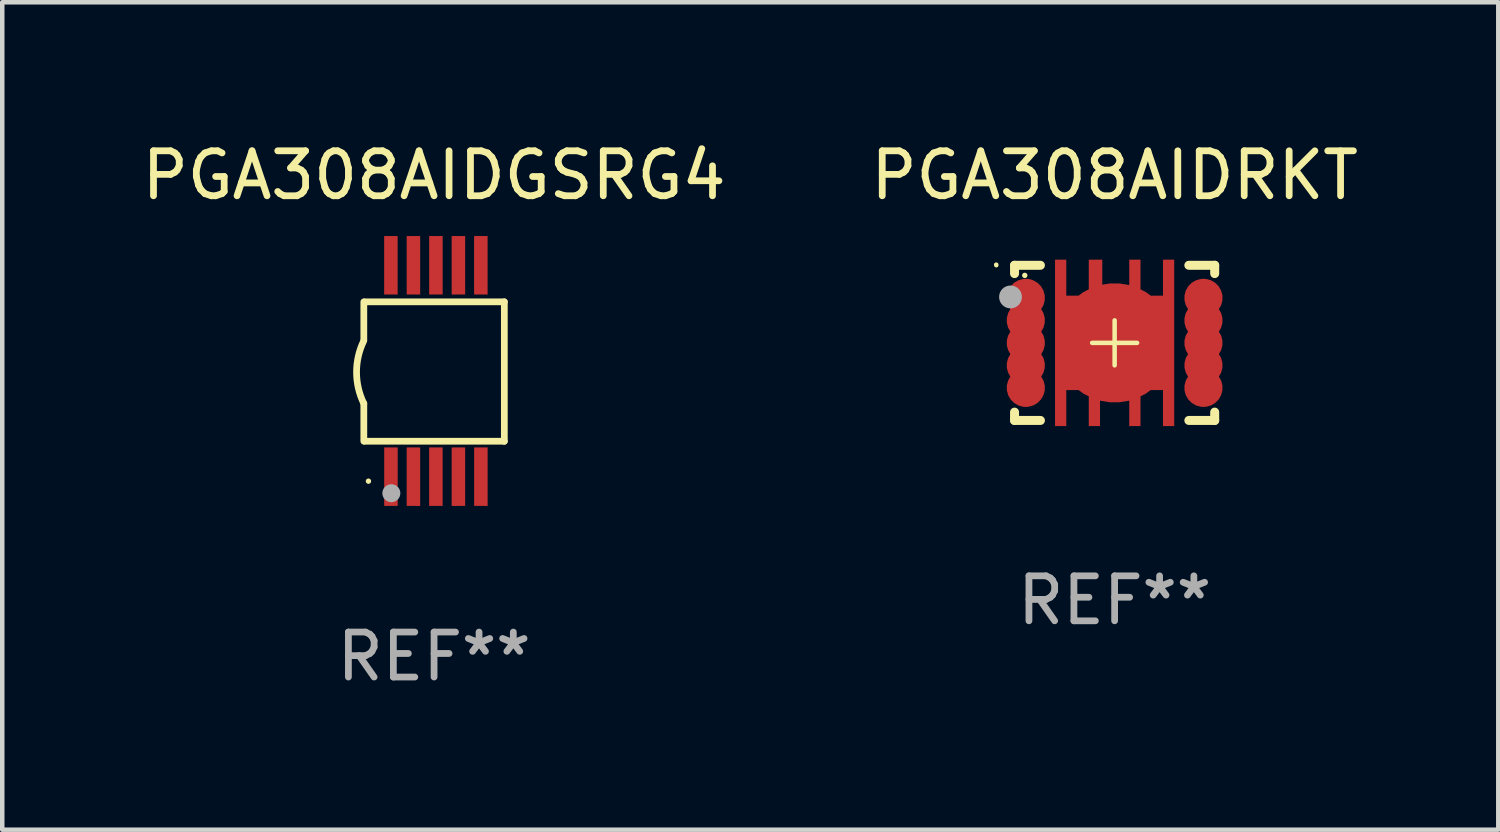
<source format=kicad_pcb>
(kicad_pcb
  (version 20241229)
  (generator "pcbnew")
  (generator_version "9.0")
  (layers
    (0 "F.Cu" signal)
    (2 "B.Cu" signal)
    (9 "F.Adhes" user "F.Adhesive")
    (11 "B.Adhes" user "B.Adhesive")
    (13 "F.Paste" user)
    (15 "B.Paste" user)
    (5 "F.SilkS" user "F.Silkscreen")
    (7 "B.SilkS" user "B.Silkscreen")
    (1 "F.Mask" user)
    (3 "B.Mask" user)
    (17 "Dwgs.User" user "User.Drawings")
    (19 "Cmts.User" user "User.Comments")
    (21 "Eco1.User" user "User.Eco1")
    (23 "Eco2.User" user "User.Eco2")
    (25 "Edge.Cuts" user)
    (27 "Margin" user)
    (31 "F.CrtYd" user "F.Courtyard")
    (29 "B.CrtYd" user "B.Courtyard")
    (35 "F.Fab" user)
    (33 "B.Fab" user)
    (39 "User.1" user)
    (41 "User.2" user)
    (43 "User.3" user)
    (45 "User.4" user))
  (footprint "PGA308AIDRKT"
    (layer "F.Cu")
    (at 21.732 4.573)
    (property "Reference" "PGA308AIDRKT" (at 0 -3.725 0) (layer "F.SilkS") (effects (font (size 1 1) (thickness 0.15))))
    (attr through_hole)
    (fp_line (start -2.225 -1.725) (end -1.65 -1.725) (stroke (width 0.2) (type solid)) (layer "F.SilkS"))
    (fp_line (start -2.225 -1.54) (end -2.225 -1.725) (stroke (width 0.2) (type solid)) (layer "F.SilkS"))
    (fp_line (start -2.225 1.725) (end -2.225 1.54) (stroke (width 0.2) (type solid)) (layer "F.SilkS"))
    (fp_line (start -1.65 1.725) (end -2.225 1.725) (stroke (width 0.2) (type solid)) (layer "F.SilkS"))
    (fp_line (start -0.5 0.000025) (end 0.5 0.000025) (stroke (width 0.1) (type solid)) (layer "F.SilkS"))
    (fp_line (start 0.000152 0.5) (end 0.000152 -0.5) (stroke (width 0.1) (type solid)) (layer "F.SilkS"))
    (fp_line (start 1.65 1.725) (end 2.225 1.725) (stroke (width 0.2) (type solid)) (layer "F.SilkS"))
    (fp_line (start 2.225 -1.725) (end 1.65 -1.725) (stroke (width 0.2) (type solid)) (layer "F.SilkS"))
    (fp_line (start 2.225 -1.54) (end 2.225 -1.725) (stroke (width 0.2) (type solid)) (layer "F.SilkS"))
    (fp_line (start 2.225 1.725) (end 2.225 1.54) (stroke (width 0.2) (type solid)) (layer "F.SilkS"))
    (fp_arc (start -2.631166 -1.726721) (mid -2.632204 -1.732573) (end -2.632538 -1.738507) (stroke (width 0.100076) (type solid)) (layer "F.SilkS"))
    (fp_circle (center -1.998 -1.5) (end -1.968 -1.5) (stroke (width 0.06) (type solid)) (fill no) (layer "F.SilkS"))
    (fp_circle (center -2.315 -1.021) (end -2.188 -1.021) (stroke (width 0.254) (type solid)) (fill no) (layer "F.Fab"))
    (fp_text user "REF**" (at 0 5.725 0) (layer "F.Fab") (effects (font (size 1 1) (thickness 0.15))))
    (pad "1" smd custom (at -1.975 -1 90) (size 0.85 0.28) (layers "F.Cu" "F.Mask" "F.Paste") (options (anchor circle)) (primitives (gr_poly (pts (xy 0.285 -0.14) (xy 0.302 -0.139) (xy 0.32 -0.136) (xy 0.337 -0.13) (xy 0.353 -0.123) (xy 0.367 -0.113) (xy 0.381 -0.102) (xy 0.393 -0.089) (xy 0.403 -0.075) (xy 0.412 -0.06) (xy 0.418 -0.043) (xy 0.422 -0.026) (xy 0.425 -0.009) (xy 0.425 0.009) (xy 0.422 0.026) (xy 0.418 0.043) (xy 0.412 0.06) (xy 0.403 0.075) (xy 0.393 0.089) (xy 0.381 0.102) (xy 0.367 0.113) (xy 0.353 0.123) (xy 0.337 0.13) (xy 0.32 0.136) (xy 0.302 0.139) (xy 0.285 0.14) (xy -0.285 0.14) (xy -0.303 0.139) (xy -0.32 0.136) (xy -0.337 0.13) (xy -0.353 0.123) (xy -0.367 0.113) (xy -0.381 0.102) (xy -0.393 0.089) (xy -0.403 0.075) (xy -0.412 0.06) (xy -0.418 0.043) (xy -0.422 0.026) (xy -0.425 0.009) (xy -0.425 -0.009) (xy -0.422 -0.026) (xy -0.418 -0.043) (xy -0.412 -0.06) (xy -0.403 -0.075) (xy -0.393 -0.089) (xy -0.381 -0.102) (xy -0.367 -0.113) (xy -0.353 -0.123) (xy -0.337 -0.13) (xy -0.32 -0.136) (xy -0.303 -0.139) (xy -0.285 -0.14)) (width 0) (fill yes))))
    (pad "2" smd custom (at -1.975 -0.5 90) (size 0.85 0.28) (layers "F.Cu" "F.Mask" "F.Paste") (options (anchor circle)) (primitives (gr_poly (pts (xy 0.285 -0.14) (xy 0.302 -0.139) (xy 0.32 -0.135) (xy 0.337 -0.13) (xy 0.353 -0.123) (xy 0.367 -0.113) (xy 0.381 -0.102) (xy 0.393 -0.089) (xy 0.403 -0.075) (xy 0.412 -0.059) (xy 0.418 -0.043) (xy 0.422 -0.026) (xy 0.425 -0.009) (xy 0.425 0.009) (xy 0.422 0.026) (xy 0.418 0.043) (xy 0.412 0.06) (xy 0.403 0.075) (xy 0.393 0.089) (xy 0.381 0.102) (xy 0.367 0.113) (xy 0.353 0.123) (xy 0.337 0.13) (xy 0.32 0.136) (xy 0.302 0.139) (xy 0.285 0.14) (xy -0.285 0.14) (xy -0.303 0.139) (xy -0.32 0.136) (xy -0.337 0.13) (xy -0.353 0.123) (xy -0.367 0.113) (xy -0.381 0.102) (xy -0.393 0.089) (xy -0.403 0.075) (xy -0.412 0.06) (xy -0.418 0.043) (xy -0.422 0.026) (xy -0.425 0.009) (xy -0.425 -0.009) (xy -0.422 -0.026) (xy -0.418 -0.043) (xy -0.412 -0.059) (xy -0.403 -0.075) (xy -0.393 -0.089) (xy -0.381 -0.102) (xy -0.367 -0.113) (xy -0.353 -0.123) (xy -0.337 -0.13) (xy -0.32 -0.135) (xy -0.303 -0.139) (xy -0.285 -0.14)) (width 0) (fill yes))))
    (pad "3" smd custom (at -1.975 0.000025 90) (size 0.85 0.28) (layers "F.Cu" "F.Mask" "F.Paste") (options (anchor circle)) (primitives (gr_poly (pts (xy 0.285 -0.14) (xy 0.302 -0.139) (xy 0.32 -0.136) (xy 0.337 -0.13) (xy 0.353 -0.123) (xy 0.367 -0.113) (xy 0.381 -0.102) (xy 0.393 -0.089) (xy 0.403 -0.075) (xy 0.412 -0.06) (xy 0.418 -0.043) (xy 0.422 -0.026) (xy 0.425 -0.009) (xy 0.425 0.009) (xy 0.422 0.026) (xy 0.418 0.043) (xy 0.412 0.06) (xy 0.403 0.075) (xy 0.393 0.089) (xy 0.381 0.102) (xy 0.367 0.113) (xy 0.353 0.123) (xy 0.337 0.13) (xy 0.32 0.136) (xy 0.302 0.139) (xy 0.285 0.14) (xy -0.285 0.14) (xy -0.303 0.139) (xy -0.32 0.136) (xy -0.337 0.13) (xy -0.353 0.123) (xy -0.367 0.113) (xy -0.381 0.102) (xy -0.393 0.089) (xy -0.403 0.075) (xy -0.412 0.06) (xy -0.418 0.043) (xy -0.422 0.026) (xy -0.425 0.009) (xy -0.425 -0.009) (xy -0.422 -0.026) (xy -0.418 -0.043) (xy -0.412 -0.06) (xy -0.403 -0.075) (xy -0.393 -0.089) (xy -0.381 -0.102) (xy -0.367 -0.113) (xy -0.353 -0.123) (xy -0.337 -0.13) (xy -0.32 -0.136) (xy -0.303 -0.139) (xy -0.285 -0.14)) (width 0) (fill yes))))
    (pad "4" smd custom (at -1.975 0.5 90) (size 0.85 0.28) (layers "F.Cu" "F.Mask" "F.Paste") (options (anchor circle)) (primitives (gr_poly (pts (xy 0.285 -0.14) (xy 0.302 -0.139) (xy 0.32 -0.136) (xy 0.337 -0.13) (xy 0.353 -0.123) (xy 0.367 -0.113) (xy 0.381 -0.102) (xy 0.393 -0.089) (xy 0.403 -0.075) (xy 0.412 -0.06) (xy 0.418 -0.043) (xy 0.422 -0.026) (xy 0.425 -0.009) (xy 0.425 0.009) (xy 0.422 0.026) (xy 0.418 0.043) (xy 0.412 0.059) (xy 0.403 0.075) (xy 0.393 0.089) (xy 0.381 0.102) (xy 0.367 0.113) (xy 0.353 0.123) (xy 0.337 0.13) (xy 0.32 0.135) (xy 0.302 0.139) (xy 0.285 0.14) (xy -0.285 0.14) (xy -0.303 0.139) (xy -0.32 0.135) (xy -0.337 0.13) (xy -0.353 0.123) (xy -0.367 0.113) (xy -0.381 0.102) (xy -0.393 0.089) (xy -0.403 0.075) (xy -0.412 0.059) (xy -0.418 0.043) (xy -0.422 0.026) (xy -0.425 0.009) (xy -0.425 -0.009) (xy -0.422 -0.026) (xy -0.418 -0.043) (xy -0.412 -0.06) (xy -0.403 -0.075) (xy -0.393 -0.089) (xy -0.381 -0.102) (xy -0.367 -0.113) (xy -0.353 -0.123) (xy -0.337 -0.13) (xy -0.32 -0.136) (xy -0.303 -0.139) (xy -0.285 -0.14)) (width 0) (fill yes))))
    (pad "5" smd custom (at -1.975 1 90) (size 0.85 0.28) (layers "F.Cu" "F.Mask" "F.Paste") (options (anchor circle)) (primitives (gr_poly (pts (xy 0.285 -0.14) (xy 0.302 -0.139) (xy 0.32 -0.136) (xy 0.337 -0.13) (xy 0.353 -0.123) (xy 0.367 -0.113) (xy 0.381 -0.102) (xy 0.393 -0.089) (xy 0.403 -0.075) (xy 0.412 -0.06) (xy 0.418 -0.043) (xy 0.422 -0.026) (xy 0.425 -0.009) (xy 0.425 0.009) (xy 0.422 0.026) (xy 0.418 0.043) (xy 0.412 0.06) (xy 0.403 0.075) (xy 0.393 0.089) (xy 0.381 0.102) (xy 0.367 0.113) (xy 0.353 0.123) (xy 0.337 0.13) (xy 0.32 0.136) (xy 0.302 0.139) (xy 0.285 0.14) (xy -0.285 0.14) (xy -0.303 0.139) (xy -0.32 0.136) (xy -0.337 0.13) (xy -0.353 0.123) (xy -0.367 0.113) (xy -0.381 0.102) (xy -0.393 0.089) (xy -0.403 0.075) (xy -0.412 0.06) (xy -0.418 0.043) (xy -0.422 0.026) (xy -0.425 0.009) (xy -0.425 -0.009) (xy -0.422 -0.026) (xy -0.418 -0.043) (xy -0.412 -0.06) (xy -0.403 -0.075) (xy -0.393 -0.089) (xy -0.381 -0.102) (xy -0.367 -0.113) (xy -0.353 -0.123) (xy -0.337 -0.13) (xy -0.32 -0.136) (xy -0.303 -0.139) (xy -0.285 -0.14)) (width 0) (fill yes))))
    (pad "6" smd custom (at 1.975 1 90) (size 0.85 0.28) (layers "F.Cu" "F.Mask" "F.Paste") (options (anchor circle)) (primitives (gr_poly (pts (xy 0.285 -0.14) (xy 0.302 -0.139) (xy 0.32 -0.136) (xy 0.337 -0.13) (xy 0.353 -0.123) (xy 0.367 -0.113) (xy 0.381 -0.102) (xy 0.393 -0.089) (xy 0.403 -0.075) (xy 0.412 -0.06) (xy 0.418 -0.043) (xy 0.423 -0.026) (xy 0.425 -0.009) (xy 0.425 0.009) (xy 0.423 0.026) (xy 0.418 0.043) (xy 0.412 0.06) (xy 0.403 0.075) (xy 0.393 0.089) (xy 0.381 0.102) (xy 0.367 0.113) (xy 0.353 0.123) (xy 0.337 0.13) (xy 0.32 0.136) (xy 0.302 0.139) (xy 0.285 0.14) (xy -0.285 0.14) (xy -0.303 0.139) (xy -0.32 0.136) (xy -0.337 0.13) (xy -0.352 0.123) (xy -0.367 0.113) (xy -0.381 0.102) (xy -0.393 0.089) (xy -0.403 0.075) (xy -0.412 0.06) (xy -0.418 0.043) (xy -0.422 0.026) (xy -0.425 0.009) (xy -0.425 -0.009) (xy -0.422 -0.026) (xy -0.418 -0.043) (xy -0.412 -0.06) (xy -0.403 -0.075) (xy -0.393 -0.089) (xy -0.381 -0.102) (xy -0.367 -0.113) (xy -0.352 -0.123) (xy -0.337 -0.13) (xy -0.32 -0.136) (xy -0.303 -0.139) (xy -0.285 -0.14)) (width 0) (fill yes))))
    (pad "7" smd custom (at 1.975 0.5 90) (size 0.85 0.28) (layers "F.Cu" "F.Mask" "F.Paste") (options (anchor circle)) (primitives (gr_poly (pts (xy 0.285 -0.14) (xy 0.302 -0.139) (xy 0.32 -0.136) (xy 0.337 -0.13) (xy 0.353 -0.123) (xy 0.367 -0.113) (xy 0.381 -0.102) (xy 0.393 -0.089) (xy 0.403 -0.075) (xy 0.412 -0.06) (xy 0.418 -0.043) (xy 0.423 -0.026) (xy 0.425 -0.009) (xy 0.425 0.009) (xy 0.423 0.026) (xy 0.418 0.043) (xy 0.412 0.059) (xy 0.403 0.075) (xy 0.393 0.089) (xy 0.381 0.102) (xy 0.367 0.113) (xy 0.353 0.123) (xy 0.337 0.13) (xy 0.32 0.135) (xy 0.302 0.139) (xy 0.285 0.14) (xy -0.285 0.14) (xy -0.303 0.139) (xy -0.32 0.135) (xy -0.337 0.13) (xy -0.352 0.123) (xy -0.367 0.113) (xy -0.381 0.102) (xy -0.393 0.089) (xy -0.403 0.075) (xy -0.412 0.059) (xy -0.418 0.043) (xy -0.422 0.026) (xy -0.425 0.009) (xy -0.425 -0.009) (xy -0.422 -0.026) (xy -0.418 -0.043) (xy -0.412 -0.06) (xy -0.403 -0.075) (xy -0.393 -0.089) (xy -0.381 -0.102) (xy -0.367 -0.113) (xy -0.352 -0.123) (xy -0.337 -0.13) (xy -0.32 -0.136) (xy -0.303 -0.139) (xy -0.285 -0.14)) (width 0) (fill yes))))
    (pad "8" smd custom (at 1.975 0.000025 90) (size 0.85 0.28) (layers "F.Cu" "F.Mask" "F.Paste") (options (anchor circle)) (primitives (gr_poly (pts (xy 0.285 -0.14) (xy 0.302 -0.139) (xy 0.32 -0.136) (xy 0.337 -0.13) (xy 0.353 -0.123) (xy 0.367 -0.113) (xy 0.381 -0.102) (xy 0.393 -0.089) (xy 0.403 -0.075) (xy 0.412 -0.06) (xy 0.418 -0.043) (xy 0.423 -0.026) (xy 0.425 -0.009) (xy 0.425 0.009) (xy 0.423 0.026) (xy 0.418 0.043) (xy 0.412 0.06) (xy 0.403 0.075) (xy 0.393 0.089) (xy 0.381 0.102) (xy 0.367 0.113) (xy 0.353 0.123) (xy 0.337 0.13) (xy 0.32 0.136) (xy 0.302 0.139) (xy 0.285 0.14) (xy -0.285 0.14) (xy -0.303 0.139) (xy -0.32 0.136) (xy -0.337 0.13) (xy -0.352 0.123) (xy -0.367 0.113) (xy -0.381 0.102) (xy -0.393 0.089) (xy -0.403 0.075) (xy -0.412 0.06) (xy -0.418 0.043) (xy -0.422 0.026) (xy -0.425 0.009) (xy -0.425 -0.009) (xy -0.422 -0.026) (xy -0.418 -0.043) (xy -0.412 -0.06) (xy -0.403 -0.075) (xy -0.393 -0.089) (xy -0.381 -0.102) (xy -0.367 -0.113) (xy -0.352 -0.123) (xy -0.337 -0.13) (xy -0.32 -0.136) (xy -0.303 -0.139) (xy -0.285 -0.14)) (width 0) (fill yes))))
    (pad "9" smd custom (at 1.975 -0.5 90) (size 0.85 0.28) (layers "F.Cu" "F.Mask" "F.Paste") (options (anchor circle)) (primitives (gr_poly (pts (xy 0.285 -0.14) (xy 0.302 -0.139) (xy 0.32 -0.135) (xy 0.337 -0.13) (xy 0.353 -0.123) (xy 0.367 -0.113) (xy 0.381 -0.102) (xy 0.393 -0.089) (xy 0.403 -0.075) (xy 0.412 -0.059) (xy 0.418 -0.043) (xy 0.423 -0.026) (xy 0.425 -0.009) (xy 0.425 0.009) (xy 0.423 0.026) (xy 0.418 0.043) (xy 0.412 0.06) (xy 0.403 0.075) (xy 0.393 0.089) (xy 0.381 0.102) (xy 0.367 0.113) (xy 0.353 0.123) (xy 0.337 0.13) (xy 0.32 0.136) (xy 0.302 0.139) (xy 0.285 0.14) (xy -0.285 0.14) (xy -0.303 0.139) (xy -0.32 0.136) (xy -0.337 0.13) (xy -0.352 0.123) (xy -0.367 0.113) (xy -0.381 0.102) (xy -0.393 0.089) (xy -0.403 0.075) (xy -0.412 0.06) (xy -0.418 0.043) (xy -0.422 0.026) (xy -0.425 0.009) (xy -0.425 -0.009) (xy -0.422 -0.026) (xy -0.418 -0.043) (xy -0.412 -0.059) (xy -0.403 -0.075) (xy -0.393 -0.089) (xy -0.381 -0.102) (xy -0.367 -0.113) (xy -0.352 -0.123) (xy -0.337 -0.13) (xy -0.32 -0.135) (xy -0.303 -0.139) (xy -0.285 -0.14)) (width 0) (fill yes))))
    (pad "10" smd custom (at 1.975 -1 90) (size 0.85 0.28) (layers "F.Cu" "F.Mask" "F.Paste") (options (anchor circle)) (primitives (gr_poly (pts (xy 0.285 -0.14) (xy 0.302 -0.139) (xy 0.32 -0.136) (xy 0.337 -0.13) (xy 0.353 -0.123) (xy 0.367 -0.113) (xy 0.381 -0.102) (xy 0.393 -0.089) (xy 0.403 -0.075) (xy 0.412 -0.06) (xy 0.418 -0.043) (xy 0.423 -0.026) (xy 0.425 -0.009) (xy 0.425 0.009) (xy 0.423 0.026) (xy 0.418 0.043) (xy 0.412 0.06) (xy 0.403 0.075) (xy 0.393 0.089) (xy 0.381 0.102) (xy 0.367 0.113) (xy 0.353 0.123) (xy 0.337 0.13) (xy 0.32 0.136) (xy 0.302 0.139) (xy 0.285 0.14) (xy -0.285 0.14) (xy -0.303 0.139) (xy -0.32 0.136) (xy -0.337 0.13) (xy -0.352 0.123) (xy -0.367 0.113) (xy -0.381 0.102) (xy -0.393 0.089) (xy -0.403 0.075) (xy -0.412 0.06) (xy -0.418 0.043) (xy -0.422 0.026) (xy -0.425 0.009) (xy -0.425 -0.009) (xy -0.422 -0.026) (xy -0.418 -0.043) (xy -0.412 -0.06) (xy -0.403 -0.075) (xy -0.393 -0.089) (xy -0.381 -0.102) (xy -0.367 -0.113) (xy -0.352 -0.123) (xy -0.337 -0.13) (xy -0.32 -0.136) (xy -0.303 -0.139) (xy -0.285 -0.14)) (width 0) (fill yes))))
    (pad "11" smd custom (at 0.000152 0.000025) (size 2.65 3.7) (layers "F.Cu" "F.Mask" "F.Paste") (options (anchor circle)) (primitives (gr_poly (pts (xy -1.325 -1.85) (xy -1.075 -1.85) (xy -1.075 -1.05) (xy -0.575 -1.05) (xy -0.575 -1.85) (xy -0.275 -1.85) (xy -0.275 -1.05) (xy 0.325 -1.05) (xy 0.325 -1.85) (xy 0.575 -1.85) (xy 0.575 -1.05) (xy 1.075 -1.05) (xy 1.075 -1.85) (xy 1.325 -1.85) (xy 1.325 1.85) (xy 1.075 1.85) (xy 1.075 1.05) (xy 0.575 1.05) (xy 0.575 1.85) (xy 0.325 1.85) (xy 0.325 1.05) (xy -0.325 1.05) (xy -0.325 1.85) (xy -0.575 1.85) (xy -0.575 1.05) (xy -1.075 1.05) (xy -1.075 1.85) (xy -1.325 1.85) (xy -1.325 -1.85)) (width 0) (fill yes)))))
  (footprint "PGA308AIDGSRG4"
    (layer "F.Cu")
    (at 6.601 5.198)
    (property "Reference" "PGA308AIDGSRG4" (at 0 -4.35 0) (layer "F.SilkS") (effects (font (size 1 1) (thickness 0.15))))
    (attr through_hole)
    (fp_line (start -1.562 -1.537) (end -1.562 -0.698) (stroke (width 0.15) (type solid)) (layer "F.SilkS"))
    (fp_line (start -1.562 0.724) (end -1.562 1.562) (stroke (width 0.15) (type solid)) (layer "F.SilkS"))
    (fp_line (start -1.538 -1.537) (end 1.562 -1.537) (stroke (width 0.15) (type solid)) (layer "F.SilkS"))
    (fp_line (start -1.538 1.562) (end 1.562 1.562) (stroke (width 0.15) (type solid)) (layer "F.SilkS"))
    (fp_line (start 1.562 1.564) (end 1.562 -1.537) (stroke (width 0.15) (type solid)) (layer "F.SilkS"))
    (fp_arc (start -1.562103 0.724079) (mid -1.723579 0.025578) (end -1.562103 -0.672924) (stroke (width 0.150013) (type solid)) (layer "F.SilkS"))
    (fp_circle (center -1.459 2.45) (end -1.429 2.45) (stroke (width 0.06) (type solid)) (fill no) (layer "F.SilkS"))
    (fp_circle (center -0.95 2.718) (end -0.85 2.718) (stroke (width 0.2) (type solid)) (fill no) (layer "F.Fab"))
    (fp_text user "REF**" (at 0 6.35 0) (layer "F.Fab") (effects (font (size 1 1) (thickness 0.15))))
    (pad "1" smd rect (at -0.959 2.35) (size 0.3 1.3) (layers "F.Cu" "F.Mask" "F.Paste"))
    (pad "2" smd rect (at -0.459 2.35) (size 0.3 1.3) (layers "F.Cu" "F.Mask" "F.Paste"))
    (pad "3" smd rect (at 0.04 2.35) (size 0.3 1.3) (layers "F.Cu" "F.Mask" "F.Paste"))
    (pad "4" smd rect (at 0.541 2.35) (size 0.3 1.3) (layers "F.Cu" "F.Mask" "F.Paste"))
    (pad "5" smd rect (at 1.041 2.35) (size 0.3 1.3) (layers "F.Cu" "F.Mask" "F.Paste"))
    (pad "6" smd rect (at 1.04 -2.35) (size 0.3 1.3) (layers "F.Cu" "F.Mask" "F.Paste"))
    (pad "7" smd rect (at 0.541 -2.35) (size 0.3 1.3) (layers "F.Cu" "F.Mask" "F.Paste"))
    (pad "8" smd rect (at 0.041 -2.35) (size 0.3 1.3) (layers "F.Cu" "F.Mask" "F.Paste"))
    (pad "9" smd rect (at -0.459 -2.35) (size 0.3 1.3) (layers "F.Cu" "F.Mask" "F.Paste"))
    (pad "10" smd rect (at -0.96 -2.35) (size 0.3 1.3) (layers "F.Cu" "F.Mask" "F.Paste")))
  (gr_rect
    (start -3 -3)
    (end 30.262 15.397)
    (stroke (width 0.1) (type default))
    (fill no)
    (layer "Edge.Cuts")))
</source>
